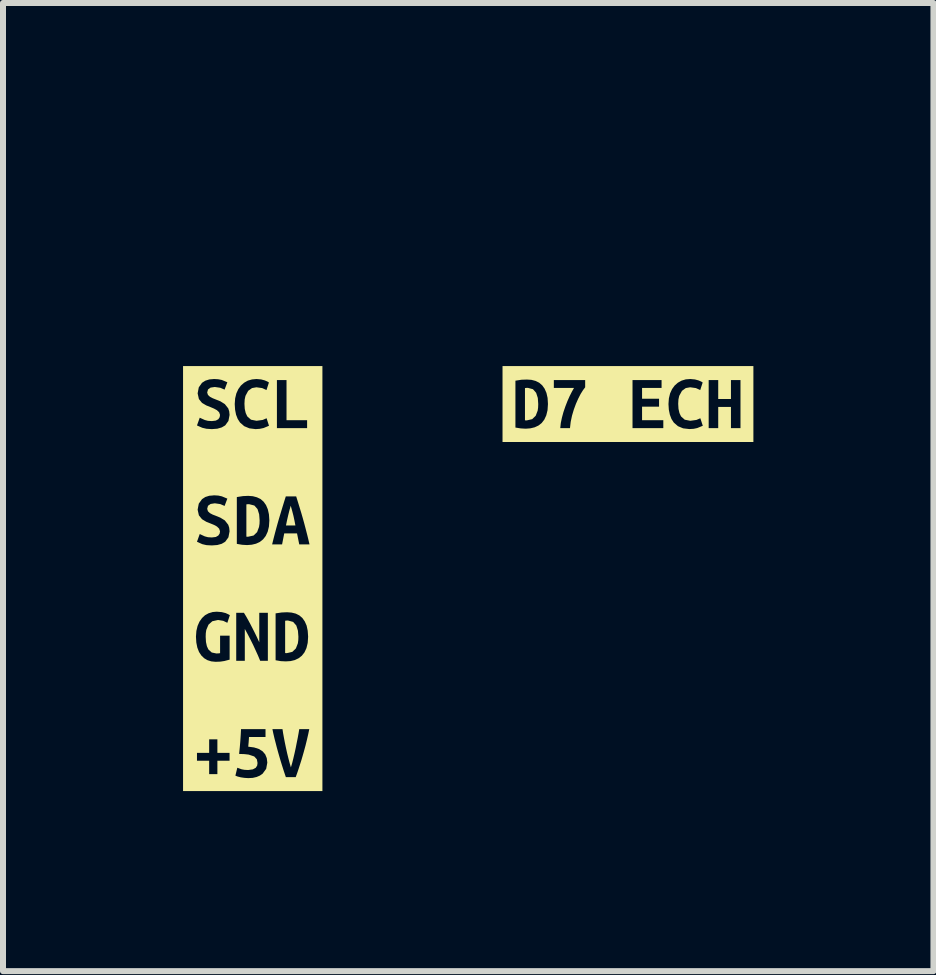
<source format=kicad_pcb>
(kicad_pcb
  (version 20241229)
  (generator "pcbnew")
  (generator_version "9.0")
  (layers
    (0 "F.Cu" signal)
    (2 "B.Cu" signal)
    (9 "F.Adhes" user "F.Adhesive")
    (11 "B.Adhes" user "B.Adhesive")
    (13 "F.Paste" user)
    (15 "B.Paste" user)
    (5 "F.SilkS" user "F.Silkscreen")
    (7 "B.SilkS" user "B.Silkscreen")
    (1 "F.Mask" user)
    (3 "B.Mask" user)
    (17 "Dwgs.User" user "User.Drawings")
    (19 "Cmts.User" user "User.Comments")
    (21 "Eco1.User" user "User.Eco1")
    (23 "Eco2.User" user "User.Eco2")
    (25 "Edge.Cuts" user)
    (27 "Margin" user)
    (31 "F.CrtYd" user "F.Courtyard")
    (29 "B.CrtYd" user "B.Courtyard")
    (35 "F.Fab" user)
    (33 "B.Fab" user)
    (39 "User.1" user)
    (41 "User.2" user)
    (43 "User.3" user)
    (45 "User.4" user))
  (footprint "kibuzzard-67A11942"
    (layer "F.Cu")
    (at 1.161 6.59)
    (property "Reference" "kibuzzard-67A11942" (at 0 -6.589 0) (layer "F.SilkS") (effects (font (size 0.001 0.001) (thickness 0.15))))
    (attr board_only exclude_from_pos_files exclude_from_bom)
    (fp_poly (pts (xy 0.633 -1.214) (xy 0.609 -1.128) (xy 0.589 -1.047) (xy 0.571 -0.968) (xy 0.554 -0.885) (xy 0.711 -0.885) (xy 0.695 -0.968) (xy 0.678 -1.047) (xy 0.657 -1.128) (xy 0.633 -1.214)) (stroke (width 0) (type solid)) (fill yes) (layer "F.SilkS"))
    (fp_poly (pts (xy -0.106 -0.698) (xy -0.092 -0.697) (xy -0.078 -0.697) (xy 0.014 -0.717) (xy 0.073 -0.774) (xy 0.105 -0.86) (xy 0.113 -0.912) (xy 0.115 -0.969) (xy 0.107 -1.07) (xy 0.08 -1.157) (xy 0.027 -1.217) (xy -0.059 -1.239) (xy -0.083 -1.239) (xy -0.106 -1.236) (xy -0.106 -0.698)) (stroke (width 0) (type solid)) (fill yes) (layer "F.SilkS"))
    (fp_poly (pts (xy 0.54 1.241) (xy 0.554 1.242) (xy 0.569 1.242) (xy 0.66 1.221) (xy 0.719 1.164) (xy 0.752 1.079) (xy 0.759 1.026) (xy 0.761 0.969) (xy 0.753 0.868) (xy 0.726 0.782) (xy 0.673 0.722) (xy 0.587 0.699) (xy 0.563 0.7) (xy 0.54 0.703) (xy 0.54 1.241)) (stroke (width 0) (type solid)) (fill yes) (layer "F.SilkS"))
    (fp_poly (pts (xy -0.946 -3.541) (xy -1.161 -3.541) (xy -1.161 3.541) (xy -0.946 3.541) (xy -0.589 3.541) (xy -0.589 3.259) (xy -0.726 3.259) (xy -0.726 3.035) (xy -0.929 3.035) (xy -0.929 2.904) (xy -0.726 2.904) (xy -0.726 2.679) (xy -0.619 2.679) (xy -0.619 1.387) (xy -0.69 1.38) (xy -0.754 1.36) (xy -0.81 1.327) (xy -0.857 1.281) (xy -0.895 1.223) (xy -0.923 1.151) (xy -0.94 1.066) (xy -0.946 0.969) (xy -0.939 0.873) (xy -0.919 0.789) (xy -0.887 0.717) (xy -0.845 0.658) (xy -0.795 0.611) (xy -0.735 0.578) (xy -0.681 0.562) (xy -0.681 -0.552) (xy -0.771 -0.557) (xy -0.84 -0.573) (xy -0.929 -0.613) (xy -0.883 -0.742) (xy -0.799 -0.703) (xy -0.746 -0.689) (xy -0.681 -0.685) (xy -0.615 -0.693) (xy -0.573 -0.717) (xy -0.551 -0.75) (xy -0.545 -0.788) (xy -0.56 -0.832) (xy -0.596 -0.867) (xy -0.645 -0.894) (xy -0.699 -0.916) (xy -0.774 -0.946) (xy -0.845 -0.989) (xy -0.897 -1.053) (xy -0.918 -1.148) (xy -0.899 -1.248) (xy -0.845 -1.323) (xy -0.79 -1.359) (xy -0.723 -1.38) (xy -0.681 -1.383) (xy -0.681 -2.49) (xy -0.771 -2.496) (xy -0.84 -2.512) (xy -0.929 -2.551) (xy -0.883 -2.68) (xy -0.799 -2.642) (xy -0.746 -2.628) (xy -0.681 -2.624) (xy -0.615 -2.632) (xy -0.573 -2.655) (xy -0.551 -2.689) (xy -0.545 -2.727) (xy -0.56 -2.771) (xy -0.596 -2.805) (xy -0.645 -2.832) (xy -0.699 -2.855) (xy -0.774 -2.885) (xy -0.845 -2.927) (xy -0.897 -2.991) (xy -0.918 -3.086) (xy -0.899 -3.186) (xy -0.845 -3.262) (xy -0.79 -3.297) (xy -0.723 -3.318) (xy -0.644 -3.325) (xy -0.575 -3.321) (xy -0.515 -3.309) (xy -0.423 -3.271) (xy -0.469 -3.148) (xy -0.541 -3.179) (xy -0.632 -3.192) (xy -0.702 -3.182) (xy -0.745 -3.151) (xy -0.759 -3.1) (xy -0.746 -3.06) (xy -0.713 -3.029) (xy -0.668 -3.005) (xy -0.618 -2.985) (xy -0.54 -2.954) (xy -0.465 -2.907) (xy -0.408 -2.835) (xy -0.392 -2.786) (xy -0.386 -2.726) (xy -0.405 -2.626) (xy -0.459 -2.552) (xy -0.517 -2.518) (xy -0.59 -2.497) (xy -0.681 -2.49) (xy -0.681 -1.383) (xy -0.644 -1.387) (xy -0.575 -1.383) (xy -0.515 -1.37) (xy -0.423 -1.332) (xy -0.469 -1.21) (xy -0.541 -1.241) (xy -0.632 -1.254) (xy -0.702 -1.243) (xy -0.745 -1.213) (xy -0.759 -1.162) (xy -0.746 -1.121) (xy -0.713 -1.09) (xy -0.668 -1.066) (xy -0.618 -1.047) (xy -0.54 -1.015) (xy -0.465 -0.969) (xy -0.408 -0.896) (xy -0.392 -0.847) (xy -0.386 -0.787) (xy -0.405 -0.687) (xy -0.459 -0.613) (xy -0.517 -0.579) (xy -0.59 -0.559) (xy -0.681 -0.552) (xy -0.681 0.562) (xy -0.67 0.558) (xy -0.6 0.552) (xy -0.516 0.559) (xy -0.452 0.575) (xy -0.408 0.595) (xy -0.381 0.61) (xy -0.423 0.737) (xy -0.492 0.704) (xy -0.578 0.69) (xy -0.673 0.711) (xy -0.737 0.768) (xy -0.774 0.856) (xy -0.782 0.91) (xy -0.784 0.969) (xy -0.779 1.057) (xy -0.764 1.127) (xy -0.739 1.181) (xy -0.683 1.232) (xy -0.606 1.248) (xy -0.575 1.247) (xy -0.544 1.243) (xy -0.544 0.951) (xy -0.385 0.951) (xy -0.385 1.351) (xy -0.474 1.374) (xy -0.54 1.384) (xy -0.619 1.387) (xy -0.619 2.679) (xy -0.589 2.679) (xy -0.589 2.904) (xy -0.386 2.904) (xy -0.386 3.035) (xy -0.589 3.035) (xy -0.589 3.259) (xy -0.589 3.541) (xy -0.074 3.541) (xy -0.074 3.325) (xy -0.137 3.321) (xy -0.199 3.312) (xy -0.253 3.298) (xy -0.289 3.284) (xy -0.257 3.152) (xy -0.185 3.178) (xy -0.135 3.187) (xy -0.075 3.19) (xy 0.002 3.179) (xy 0.05 3.153) (xy 0.074 3.116) (xy 0.08 3.073) (xy 0.069 3.012) (xy 0.025 2.964) (xy -0.068 2.933) (xy -0.139 2.925) (xy -0.227 2.922) (xy -0.216 2.815) (xy -0.207 2.71) (xy -0.2 2.607) (xy -0.195 2.509) (xy 0.124 2.509) (xy 0.124 1.37) (xy 0.087 1.281) (xy 0.047 1.193) (xy 0.006 1.104) (xy -0.038 1.016) (xy -0.084 0.927) (xy -0.132 0.839) (xy -0.132 1.37) (xy -0.275 1.37) (xy -0.275 0.57) (xy -0.147 0.57) (xy -0.111 0.629) (xy -0.094 0.659) (xy -0.094 -0.558) (xy -0.178 -0.563) (xy -0.265 -0.578) (xy -0.265 -1.358) (xy -0.163 -1.374) (xy -0.074 -1.378) (xy 0.002 -1.372) (xy 0.048 -1.36) (xy 0.048 -2.49) (xy -0.056 -2.503) (xy -0.142 -2.539) (xy -0.211 -2.599) (xy -0.25 -2.659) (xy -0.278 -2.731) (xy -0.294 -2.813) (xy -0.3 -2.908) (xy -0.293 -3.002) (xy -0.273 -3.085) (xy -0.24 -3.157) (xy -0.197 -3.216) (xy -0.144 -3.263) (xy -0.082 -3.298) (xy -0.012 -3.318) (xy 0.063 -3.325) (xy 0.14 -3.318) (xy 0.2 -3.302) (xy 0.244 -3.283) (xy 0.27 -3.267) (xy 0.229 -3.141) (xy 0.157 -3.174) (xy 0.061 -3.187) (xy -0.012 -3.174) (xy -0.076 -3.128) (xy -0.121 -3.044) (xy -0.134 -2.984) (xy -0.138 -2.912) (xy -0.133 -2.828) (xy -0.117 -2.758) (xy -0.091 -2.702) (xy -0.029 -2.647) (xy 0.063 -2.629) (xy 0.166 -2.643) (xy 0.231 -2.671) (xy 0.271 -2.546) (xy 0.18 -2.508) (xy 0.118 -2.495) (xy 0.048 -2.49) (xy 0.048 -1.36) (xy 0.07 -1.354) (xy 0.131 -1.325) (xy 0.181 -1.281) (xy 0.221 -1.225) (xy 0.251 -1.155) (xy 0.27 -1.07) (xy 0.277 -0.969) (xy 0.27 -0.866) (xy 0.249 -0.78) (xy 0.216 -0.709) (xy 0.172 -0.653) (xy 0.118 -0.61) (xy 0.055 -0.581) (xy -0.016 -0.564) (xy -0.094 -0.558) (xy -0.094 0.659) (xy -0.075 0.693) (xy -0.039 0.76) (xy -0.005 0.826) (xy 0.028 0.891) (xy 0.059 0.954) (xy 0.086 1.012) (xy 0.109 1.062) (xy 0.109 0.57) (xy 0.252 0.57) (xy 0.252 1.37) (xy 0.124 1.37) (xy 0.124 2.509) (xy 0.213 2.509) (xy 0.213 2.64) (xy -0.062 2.64) (xy -0.068 2.727) (xy -0.075 2.801) (xy 0.023 2.814) (xy 0.103 2.84) (xy 0.164 2.878) (xy 0.208 2.929) (xy 0.234 2.992) (xy 0.243 3.067) (xy 0.224 3.17) (xy 0.164 3.252) (xy 0.119 3.283) (xy 0.065 3.306) (xy 0.000323 3.321) (xy -0.074 3.325) (xy -0.074 3.541) (xy 0.552 3.541) (xy 0.552 3.309) (xy 0.52 3.214) (xy 0.486 3.107) (xy 0.463 3.032) (xy 0.441 2.957) (xy 0.42 2.883) (xy 0.4 2.81) (xy 0.382 2.739) (xy 0.364 2.671) (xy 0.343 2.581) (xy 0.328 2.509) (xy 0.496 2.509) (xy 0.506 2.576) (xy 0.52 2.653) (xy 0.536 2.736) (xy 0.552 2.813) (xy 0.552 1.38) (xy 0.468 1.376) (xy 0.381 1.361) (xy 0.381 0.58) (xy 0.483 0.565) (xy 0.573 0.561) (xy 0.648 0.567) (xy 0.717 0.584) (xy 0.775 0.613) (xy 0.775 -0.569) (xy 0.738 -0.753) (xy 0.525 -0.753) (xy 0.489 -0.569) (xy 0.323 -0.569) (xy 0.346 -0.662) (xy 0.369 -0.751) (xy 0.392 -0.837) (xy 0.415 -0.92) (xy 0.438 -1) (xy 0.467 -1.096) (xy 0.495 -1.189) (xy 0.523 -1.28) (xy 0.551 -1.369) (xy 0.724 -1.369) (xy 0.752 -1.279) (xy 0.78 -1.188) (xy 0.809 -1.093) (xy 0.837 -0.996) (xy 0.859 -0.916) (xy 0.881 -0.833) (xy 0.903 -0.747) (xy 0.906 -0.736) (xy 0.906 -2.507) (xy 0.403 -2.507) (xy 0.403 -3.307) (xy 0.563 -3.307) (xy 0.563 -2.639) (xy 0.906 -2.639) (xy 0.906 -2.507) (xy 0.906 -0.736) (xy 0.925 -0.659) (xy 0.946 -0.569) (xy 0.775 -0.569) (xy 0.775 0.613) (xy 0.777 0.614) (xy 0.827 0.657) (xy 0.867 0.714) (xy 0.898 0.784) (xy 0.916 0.869) (xy 0.923 0.969) (xy 0.916 1.072) (xy 0.895 1.159) (xy 0.862 1.23) (xy 0.818 1.286) (xy 0.764 1.328) (xy 0.701 1.358) (xy 0.63 1.375) (xy 0.552 1.38) (xy 0.552 2.813) (xy 0.554 2.822) (xy 0.573 2.909) (xy 0.594 2.994) (xy 0.615 3.074) (xy 0.636 3.146) (xy 0.657 3.075) (xy 0.677 2.995) (xy 0.697 2.91) (xy 0.716 2.823) (xy 0.733 2.737) (xy 0.75 2.653) (xy 0.764 2.576) (xy 0.775 2.509) (xy 0.942 2.509) (xy 0.925 2.591) (xy 0.904 2.682) (xy 0.88 2.78) (xy 0.852 2.883) (xy 0.832 2.953) (xy 0.811 3.025) (xy 0.788 3.097) (xy 0.765 3.169) (xy 0.741 3.24) (xy 0.716 3.309) (xy 0.552 3.309) (xy 0.552 3.541) (xy 0.946 3.541) (xy 1.161 3.541) (xy 1.161 -3.541) (xy 0.946 -3.541) (xy -0.946 -3.541)) (stroke (width 0) (type solid)) (fill yes) (layer "F.SilkS")))
  (footprint "kibuzzard-67A12264"
    (layer "F.Cu")
    (at 7.413 3.682)
    (property "Reference" "kibuzzard-67A12264" (at 0 -3.681 0) (layer "F.SilkS") (effects (font (size 0.001 0.001) (thickness 0.15))))
    (attr board_only exclude_from_pos_files exclude_from_bom)
    (fp_poly (pts (xy -1.716 0.271) (xy -1.701 0.273) (xy -1.687 0.273) (xy -1.596 0.252) (xy -1.537 0.195) (xy -1.504 0.109) (xy -1.497 0.057) (xy -1.495 0) (xy -1.502 -0.101) (xy -1.53 -0.187) (xy -1.583 -0.247) (xy -1.669 -0.27) (xy -1.692 -0.269) (xy -1.716 -0.266) (xy -1.716 0.271)) (stroke (width 0) (type solid)) (fill yes) (layer "F.SilkS"))
    (fp_poly (pts (xy -1.875 -0.633) (xy -2.09 -0.633) (xy -2.09 0.633) (xy -1.875 0.633) (xy -1.704 0.633) (xy -1.704 0.411) (xy -1.787 0.406) (xy -1.875 0.392) (xy -1.875 -0.389) (xy -1.773 -0.405) (xy -1.683 -0.408) (xy -1.608 -0.403) (xy -1.539 -0.385) (xy -1.479 -0.355) (xy -1.429 -0.312) (xy -1.389 -0.256) (xy -1.358 -0.185) (xy -1.339 -0.101) (xy -1.333 0) (xy -1.34 0.103) (xy -1.361 0.189) (xy -1.394 0.26) (xy -1.438 0.317) (xy -1.492 0.359) (xy -1.555 0.388) (xy -1.626 0.405) (xy -1.704 0.411) (xy -1.704 0.633) (xy -1.128 0.633) (xy -1.128 0.401) (xy -1.119 0.316) (xy -1.1 0.226) (xy -1.075 0.134) (xy -1.044 0.043) (xy -1.01 -0.045) (xy -0.973 -0.129) (xy -0.935 -0.204) (xy -0.899 -0.268) (xy -1.235 -0.268) (xy -1.235 -0.399) (xy -0.713 -0.399) (xy -0.713 -0.279) (xy -0.749 -0.231) (xy -0.789 -0.167) (xy -0.829 -0.089) (xy -0.867 -0.003) (xy -0.902 0.092) (xy -0.932 0.193) (xy -0.954 0.297) (xy -0.966 0.401) (xy -1.128 0.401) (xy -1.128 0.633) (xy 0.076 0.633) (xy 0.076 0.401) (xy 0.076 -0.399) (xy 0.56 -0.399) (xy 0.56 -0.268) (xy 0.235 -0.268) (xy 0.235 -0.088) (xy 0.518 -0.088) (xy 0.518 0.044) (xy 0.235 0.044) (xy 0.235 0.269) (xy 0.589 0.269) (xy 0.589 0.401) (xy 0.076 0.401) (xy 0.076 0.633) (xy 1.023 0.633) (xy 1.023 0.417) (xy 0.919 0.405) (xy 0.833 0.369) (xy 0.764 0.309) (xy 0.725 0.249) (xy 0.698 0.177) (xy 0.681 0.094) (xy 0.675 0) (xy 0.682 -0.094) (xy 0.702 -0.177) (xy 0.735 -0.249) (xy 0.778 -0.308) (xy 0.831 -0.355) (xy 0.893 -0.39) (xy 0.963 -0.411) (xy 1.038 -0.417) (xy 1.115 -0.41) (xy 1.175 -0.394) (xy 1.219 -0.375) (xy 1.245 -0.359) (xy 1.204 -0.233) (xy 1.132 -0.266) (xy 1.036 -0.279) (xy 0.963 -0.266) (xy 0.9 -0.22) (xy 0.854 -0.136) (xy 0.841 -0.076) (xy 0.837 -0.004) (xy 0.842 0.08) (xy 0.858 0.15) (xy 0.884 0.206) (xy 0.946 0.261) (xy 1.038 0.279) (xy 1.141 0.265) (xy 1.206 0.237) (xy 1.247 0.362) (xy 1.155 0.4) (xy 1.094 0.413) (xy 1.023 0.417) (xy 1.023 0.633) (xy 1.875 0.633) (xy 1.875 0.401) (xy 1.716 0.401) (xy 1.716 0.048) (xy 1.504 0.048) (xy 1.504 0.401) (xy 1.345 0.401) (xy 1.345 -0.399) (xy 1.504 -0.399) (xy 1.504 -0.084) (xy 1.716 -0.084) (xy 1.716 -0.399) (xy 1.875 -0.399) (xy 1.875 0.401) (xy 1.875 0.633) (xy 2.09 0.633) (xy 2.09 -0.633) (xy 1.875 -0.633) (xy -1.875 -0.633)) (stroke (width 0) (type solid)) (fill yes) (layer "F.SilkS")))
  (gr_rect
    (start -3 -3)
    (end 12.503 13.131)
    (stroke (width 0.1) (type default))
    (fill no)
    (layer "Edge.Cuts")))
</source>
